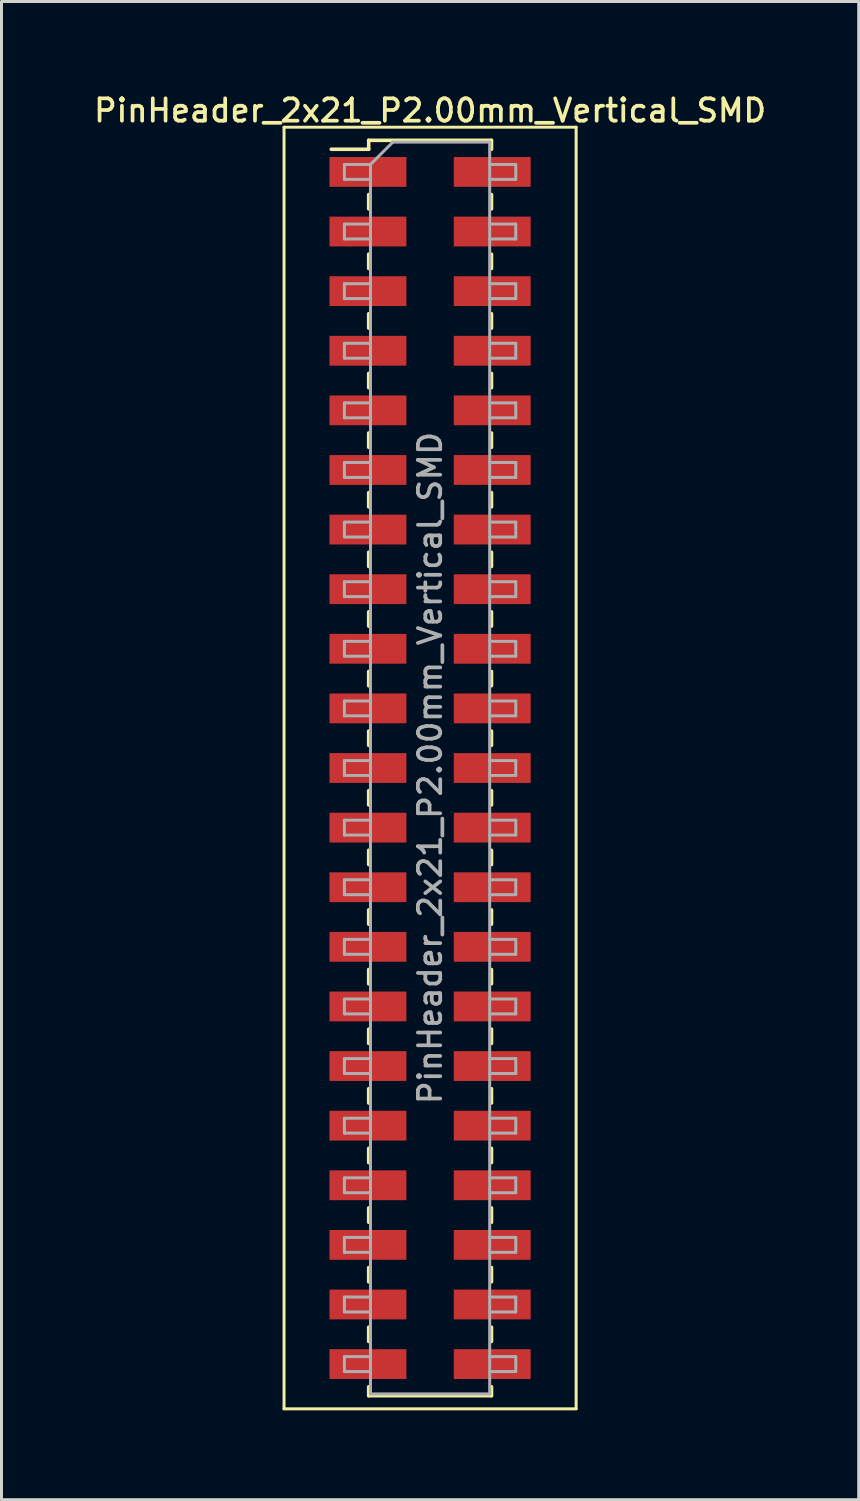
<source format=kicad_pcb>
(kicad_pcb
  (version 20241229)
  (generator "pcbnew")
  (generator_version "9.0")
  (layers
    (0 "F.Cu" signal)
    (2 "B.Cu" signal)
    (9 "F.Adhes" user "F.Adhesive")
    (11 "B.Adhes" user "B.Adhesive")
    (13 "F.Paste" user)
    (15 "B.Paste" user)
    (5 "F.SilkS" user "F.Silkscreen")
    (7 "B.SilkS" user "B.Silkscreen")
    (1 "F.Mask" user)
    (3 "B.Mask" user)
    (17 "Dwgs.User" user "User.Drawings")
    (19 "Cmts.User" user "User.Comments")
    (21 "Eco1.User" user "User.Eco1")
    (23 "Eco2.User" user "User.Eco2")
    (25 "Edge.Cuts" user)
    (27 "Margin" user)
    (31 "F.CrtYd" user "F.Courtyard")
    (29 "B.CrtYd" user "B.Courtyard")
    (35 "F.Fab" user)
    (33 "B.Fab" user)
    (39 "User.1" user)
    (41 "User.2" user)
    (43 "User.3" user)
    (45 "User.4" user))
  (footprint "PinHeader_2x21_P2.00mm_Vertical_SMD"
    (layer "F.Cu")
    (at 11.38 22.718)
    (property "Reference" "PinHeader_2x21_P2.00mm_Vertical_SMD" (at 0 -22.06 0) (layer "F.SilkS") (effects (font (size 0.75 0.75) (thickness 0.125))))
    (attr smd)
    (fp_line (start -4.9 -21.5) (end -4.9 21.5) (stroke (width 0.1) (type solid)) (layer "F.SilkS"))
    (fp_line (start -4.9 21.5) (end 4.9 21.5) (stroke (width 0.1) (type solid)) (layer "F.SilkS"))
    (fp_line (start -3.315 -20.76) (end -2.06 -20.76) (stroke (width 0.12) (type solid)) (layer "F.SilkS"))
    (fp_line (start -2.06 -21.06) (end -2.06 -20.76) (stroke (width 0.12) (type solid)) (layer "F.SilkS"))
    (fp_line (start -2.06 -21.06) (end 2.06 -21.06) (stroke (width 0.12) (type solid)) (layer "F.SilkS"))
    (fp_line (start -2.06 -19.24) (end -2.06 -18.76) (stroke (width 0.12) (type solid)) (layer "F.SilkS"))
    (fp_line (start -2.06 -17.24) (end -2.06 -16.76) (stroke (width 0.12) (type solid)) (layer "F.SilkS"))
    (fp_line (start -2.06 -15.24) (end -2.06 -14.76) (stroke (width 0.12) (type solid)) (layer "F.SilkS"))
    (fp_line (start -2.06 -13.24) (end -2.06 -12.76) (stroke (width 0.12) (type solid)) (layer "F.SilkS"))
    (fp_line (start -2.06 -11.24) (end -2.06 -10.76) (stroke (width 0.12) (type solid)) (layer "F.SilkS"))
    (fp_line (start -2.06 -9.24) (end -2.06 -8.76) (stroke (width 0.12) (type solid)) (layer "F.SilkS"))
    (fp_line (start -2.06 -7.24) (end -2.06 -6.76) (stroke (width 0.12) (type solid)) (layer "F.SilkS"))
    (fp_line (start -2.06 -5.24) (end -2.06 -4.76) (stroke (width 0.12) (type solid)) (layer "F.SilkS"))
    (fp_line (start -2.06 -3.24) (end -2.06 -2.76) (stroke (width 0.12) (type solid)) (layer "F.SilkS"))
    (fp_line (start -2.06 -1.24) (end -2.06 -0.76) (stroke (width 0.12) (type solid)) (layer "F.SilkS"))
    (fp_line (start -2.06 0.76) (end -2.06 1.24) (stroke (width 0.12) (type solid)) (layer "F.SilkS"))
    (fp_line (start -2.06 2.76) (end -2.06 3.24) (stroke (width 0.12) (type solid)) (layer "F.SilkS"))
    (fp_line (start -2.06 4.76) (end -2.06 5.24) (stroke (width 0.12) (type solid)) (layer "F.SilkS"))
    (fp_line (start -2.06 6.76) (end -2.06 7.24) (stroke (width 0.12) (type solid)) (layer "F.SilkS"))
    (fp_line (start -2.06 8.76) (end -2.06 9.24) (stroke (width 0.12) (type solid)) (layer "F.SilkS"))
    (fp_line (start -2.06 10.76) (end -2.06 11.24) (stroke (width 0.12) (type solid)) (layer "F.SilkS"))
    (fp_line (start -2.06 12.76) (end -2.06 13.24) (stroke (width 0.12) (type solid)) (layer "F.SilkS"))
    (fp_line (start -2.06 14.76) (end -2.06 15.24) (stroke (width 0.12) (type solid)) (layer "F.SilkS"))
    (fp_line (start -2.06 16.76) (end -2.06 17.24) (stroke (width 0.12) (type solid)) (layer "F.SilkS"))
    (fp_line (start -2.06 18.76) (end -2.06 19.24) (stroke (width 0.12) (type solid)) (layer "F.SilkS"))
    (fp_line (start -2.06 20.76) (end -2.06 21.06) (stroke (width 0.12) (type solid)) (layer "F.SilkS"))
    (fp_line (start -2.06 21.06) (end 2.06 21.06) (stroke (width 0.12) (type solid)) (layer "F.SilkS"))
    (fp_line (start 2.06 -21.06) (end 2.06 -20.76) (stroke (width 0.12) (type solid)) (layer "F.SilkS"))
    (fp_line (start 2.06 -19.24) (end 2.06 -18.76) (stroke (width 0.12) (type solid)) (layer "F.SilkS"))
    (fp_line (start 2.06 -17.24) (end 2.06 -16.76) (stroke (width 0.12) (type solid)) (layer "F.SilkS"))
    (fp_line (start 2.06 -15.24) (end 2.06 -14.76) (stroke (width 0.12) (type solid)) (layer "F.SilkS"))
    (fp_line (start 2.06 -13.24) (end 2.06 -12.76) (stroke (width 0.12) (type solid)) (layer "F.SilkS"))
    (fp_line (start 2.06 -11.24) (end 2.06 -10.76) (stroke (width 0.12) (type solid)) (layer "F.SilkS"))
    (fp_line (start 2.06 -9.24) (end 2.06 -8.76) (stroke (width 0.12) (type solid)) (layer "F.SilkS"))
    (fp_line (start 2.06 -7.24) (end 2.06 -6.76) (stroke (width 0.12) (type solid)) (layer "F.SilkS"))
    (fp_line (start 2.06 -5.24) (end 2.06 -4.76) (stroke (width 0.12) (type solid)) (layer "F.SilkS"))
    (fp_line (start 2.06 -3.24) (end 2.06 -2.76) (stroke (width 0.12) (type solid)) (layer "F.SilkS"))
    (fp_line (start 2.06 -1.24) (end 2.06 -0.76) (stroke (width 0.12) (type solid)) (layer "F.SilkS"))
    (fp_line (start 2.06 0.76) (end 2.06 1.24) (stroke (width 0.12) (type solid)) (layer "F.SilkS"))
    (fp_line (start 2.06 2.76) (end 2.06 3.24) (stroke (width 0.12) (type solid)) (layer "F.SilkS"))
    (fp_line (start 2.06 4.76) (end 2.06 5.24) (stroke (width 0.12) (type solid)) (layer "F.SilkS"))
    (fp_line (start 2.06 6.76) (end 2.06 7.24) (stroke (width 0.12) (type solid)) (layer "F.SilkS"))
    (fp_line (start 2.06 8.76) (end 2.06 9.24) (stroke (width 0.12) (type solid)) (layer "F.SilkS"))
    (fp_line (start 2.06 10.76) (end 2.06 11.24) (stroke (width 0.12) (type solid)) (layer "F.SilkS"))
    (fp_line (start 2.06 12.76) (end 2.06 13.24) (stroke (width 0.12) (type solid)) (layer "F.SilkS"))
    (fp_line (start 2.06 14.76) (end 2.06 15.24) (stroke (width 0.12) (type solid)) (layer "F.SilkS"))
    (fp_line (start 2.06 16.76) (end 2.06 17.24) (stroke (width 0.12) (type solid)) (layer "F.SilkS"))
    (fp_line (start 2.06 18.76) (end 2.06 19.24) (stroke (width 0.12) (type solid)) (layer "F.SilkS"))
    (fp_line (start 2.06 20.76) (end 2.06 21.06) (stroke (width 0.12) (type solid)) (layer "F.SilkS"))
    (fp_line (start 4.9 -21.5) (end -4.9 -21.5) (stroke (width 0.1) (type solid)) (layer "F.SilkS"))
    (fp_line (start 4.9 21.5) (end 4.9 -21.5) (stroke (width 0.1) (type solid)) (layer "F.SilkS"))
    (fp_line (start -2.875 -20.25) (end -2.875 -19.75) (stroke (width 0.1) (type solid)) (layer "F.Fab"))
    (fp_line (start -2.875 -19.75) (end -2 -19.75) (stroke (width 0.1) (type solid)) (layer "F.Fab"))
    (fp_line (start -2.875 -18.25) (end -2.875 -17.75) (stroke (width 0.1) (type solid)) (layer "F.Fab"))
    (fp_line (start -2.875 -17.75) (end -2 -17.75) (stroke (width 0.1) (type solid)) (layer "F.Fab"))
    (fp_line (start -2.875 -16.25) (end -2.875 -15.75) (stroke (width 0.1) (type solid)) (layer "F.Fab"))
    (fp_line (start -2.875 -15.75) (end -2 -15.75) (stroke (width 0.1) (type solid)) (layer "F.Fab"))
    (fp_line (start -2.875 -14.25) (end -2.875 -13.75) (stroke (width 0.1) (type solid)) (layer "F.Fab"))
    (fp_line (start -2.875 -13.75) (end -2 -13.75) (stroke (width 0.1) (type solid)) (layer "F.Fab"))
    (fp_line (start -2.875 -12.25) (end -2.875 -11.75) (stroke (width 0.1) (type solid)) (layer "F.Fab"))
    (fp_line (start -2.875 -11.75) (end -2 -11.75) (stroke (width 0.1) (type solid)) (layer "F.Fab"))
    (fp_line (start -2.875 -10.25) (end -2.875 -9.75) (stroke (width 0.1) (type solid)) (layer "F.Fab"))
    (fp_line (start -2.875 -9.75) (end -2 -9.75) (stroke (width 0.1) (type solid)) (layer "F.Fab"))
    (fp_line (start -2.875 -8.25) (end -2.875 -7.75) (stroke (width 0.1) (type solid)) (layer "F.Fab"))
    (fp_line (start -2.875 -7.75) (end -2 -7.75) (stroke (width 0.1) (type solid)) (layer "F.Fab"))
    (fp_line (start -2.875 -6.25) (end -2.875 -5.75) (stroke (width 0.1) (type solid)) (layer "F.Fab"))
    (fp_line (start -2.875 -5.75) (end -2 -5.75) (stroke (width 0.1) (type solid)) (layer "F.Fab"))
    (fp_line (start -2.875 -4.25) (end -2.875 -3.75) (stroke (width 0.1) (type solid)) (layer "F.Fab"))
    (fp_line (start -2.875 -3.75) (end -2 -3.75) (stroke (width 0.1) (type solid)) (layer "F.Fab"))
    (fp_line (start -2.875 -2.25) (end -2.875 -1.75) (stroke (width 0.1) (type solid)) (layer "F.Fab"))
    (fp_line (start -2.875 -1.75) (end -2 -1.75) (stroke (width 0.1) (type solid)) (layer "F.Fab"))
    (fp_line (start -2.875 -0.25) (end -2.875 0.25) (stroke (width 0.1) (type solid)) (layer "F.Fab"))
    (fp_line (start -2.875 0.25) (end -2 0.25) (stroke (width 0.1) (type solid)) (layer "F.Fab"))
    (fp_line (start -2.875 1.75) (end -2.875 2.25) (stroke (width 0.1) (type solid)) (layer "F.Fab"))
    (fp_line (start -2.875 2.25) (end -2 2.25) (stroke (width 0.1) (type solid)) (layer "F.Fab"))
    (fp_line (start -2.875 3.75) (end -2.875 4.25) (stroke (width 0.1) (type solid)) (layer "F.Fab"))
    (fp_line (start -2.875 4.25) (end -2 4.25) (stroke (width 0.1) (type solid)) (layer "F.Fab"))
    (fp_line (start -2.875 5.75) (end -2.875 6.25) (stroke (width 0.1) (type solid)) (layer "F.Fab"))
    (fp_line (start -2.875 6.25) (end -2 6.25) (stroke (width 0.1) (type solid)) (layer "F.Fab"))
    (fp_line (start -2.875 7.75) (end -2.875 8.25) (stroke (width 0.1) (type solid)) (layer "F.Fab"))
    (fp_line (start -2.875 8.25) (end -2 8.25) (stroke (width 0.1) (type solid)) (layer "F.Fab"))
    (fp_line (start -2.875 9.75) (end -2.875 10.25) (stroke (width 0.1) (type solid)) (layer "F.Fab"))
    (fp_line (start -2.875 10.25) (end -2 10.25) (stroke (width 0.1) (type solid)) (layer "F.Fab"))
    (fp_line (start -2.875 11.75) (end -2.875 12.25) (stroke (width 0.1) (type solid)) (layer "F.Fab"))
    (fp_line (start -2.875 12.25) (end -2 12.25) (stroke (width 0.1) (type solid)) (layer "F.Fab"))
    (fp_line (start -2.875 13.75) (end -2.875 14.25) (stroke (width 0.1) (type solid)) (layer "F.Fab"))
    (fp_line (start -2.875 14.25) (end -2 14.25) (stroke (width 0.1) (type solid)) (layer "F.Fab"))
    (fp_line (start -2.875 15.75) (end -2.875 16.25) (stroke (width 0.1) (type solid)) (layer "F.Fab"))
    (fp_line (start -2.875 16.25) (end -2 16.25) (stroke (width 0.1) (type solid)) (layer "F.Fab"))
    (fp_line (start -2.875 17.75) (end -2.875 18.25) (stroke (width 0.1) (type solid)) (layer "F.Fab"))
    (fp_line (start -2.875 18.25) (end -2 18.25) (stroke (width 0.1) (type solid)) (layer "F.Fab"))
    (fp_line (start -2.875 19.75) (end -2.875 20.25) (stroke (width 0.1) (type solid)) (layer "F.Fab"))
    (fp_line (start -2.875 20.25) (end -2 20.25) (stroke (width 0.1) (type solid)) (layer "F.Fab"))
    (fp_line (start -2 -20.25) (end -2.875 -20.25) (stroke (width 0.1) (type solid)) (layer "F.Fab"))
    (fp_line (start -2 -20.25) (end -1.25 -21) (stroke (width 0.1) (type solid)) (layer "F.Fab"))
    (fp_line (start -2 -18.25) (end -2.875 -18.25) (stroke (width 0.1) (type solid)) (layer "F.Fab"))
    (fp_line (start -2 -16.25) (end -2.875 -16.25) (stroke (width 0.1) (type solid)) (layer "F.Fab"))
    (fp_line (start -2 -14.25) (end -2.875 -14.25) (stroke (width 0.1) (type solid)) (layer "F.Fab"))
    (fp_line (start -2 -12.25) (end -2.875 -12.25) (stroke (width 0.1) (type solid)) (layer "F.Fab"))
    (fp_line (start -2 -10.25) (end -2.875 -10.25) (stroke (width 0.1) (type solid)) (layer "F.Fab"))
    (fp_line (start -2 -8.25) (end -2.875 -8.25) (stroke (width 0.1) (type solid)) (layer "F.Fab"))
    (fp_line (start -2 -6.25) (end -2.875 -6.25) (stroke (width 0.1) (type solid)) (layer "F.Fab"))
    (fp_line (start -2 -4.25) (end -2.875 -4.25) (stroke (width 0.1) (type solid)) (layer "F.Fab"))
    (fp_line (start -2 -2.25) (end -2.875 -2.25) (stroke (width 0.1) (type solid)) (layer "F.Fab"))
    (fp_line (start -2 -0.25) (end -2.875 -0.25) (stroke (width 0.1) (type solid)) (layer "F.Fab"))
    (fp_line (start -2 1.75) (end -2.875 1.75) (stroke (width 0.1) (type solid)) (layer "F.Fab"))
    (fp_line (start -2 3.75) (end -2.875 3.75) (stroke (width 0.1) (type solid)) (layer "F.Fab"))
    (fp_line (start -2 5.75) (end -2.875 5.75) (stroke (width 0.1) (type solid)) (layer "F.Fab"))
    (fp_line (start -2 7.75) (end -2.875 7.75) (stroke (width 0.1) (type solid)) (layer "F.Fab"))
    (fp_line (start -2 9.75) (end -2.875 9.75) (stroke (width 0.1) (type solid)) (layer "F.Fab"))
    (fp_line (start -2 11.75) (end -2.875 11.75) (stroke (width 0.1) (type solid)) (layer "F.Fab"))
    (fp_line (start -2 13.75) (end -2.875 13.75) (stroke (width 0.1) (type solid)) (layer "F.Fab"))
    (fp_line (start -2 15.75) (end -2.875 15.75) (stroke (width 0.1) (type solid)) (layer "F.Fab"))
    (fp_line (start -2 17.75) (end -2.875 17.75) (stroke (width 0.1) (type solid)) (layer "F.Fab"))
    (fp_line (start -2 19.75) (end -2.875 19.75) (stroke (width 0.1) (type solid)) (layer "F.Fab"))
    (fp_line (start -2 21) (end -2 -20.25) (stroke (width 0.1) (type solid)) (layer "F.Fab"))
    (fp_line (start -1.25 -21) (end 2 -21) (stroke (width 0.1) (type solid)) (layer "F.Fab"))
    (fp_line (start 2 -21) (end 2 21) (stroke (width 0.1) (type solid)) (layer "F.Fab"))
    (fp_line (start 2 -20.25) (end 2.875 -20.25) (stroke (width 0.1) (type solid)) (layer "F.Fab"))
    (fp_line (start 2 -18.25) (end 2.875 -18.25) (stroke (width 0.1) (type solid)) (layer "F.Fab"))
    (fp_line (start 2 -16.25) (end 2.875 -16.25) (stroke (width 0.1) (type solid)) (layer "F.Fab"))
    (fp_line (start 2 -14.25) (end 2.875 -14.25) (stroke (width 0.1) (type solid)) (layer "F.Fab"))
    (fp_line (start 2 -12.25) (end 2.875 -12.25) (stroke (width 0.1) (type solid)) (layer "F.Fab"))
    (fp_line (start 2 -10.25) (end 2.875 -10.25) (stroke (width 0.1) (type solid)) (layer "F.Fab"))
    (fp_line (start 2 -8.25) (end 2.875 -8.25) (stroke (width 0.1) (type solid)) (layer "F.Fab"))
    (fp_line (start 2 -6.25) (end 2.875 -6.25) (stroke (width 0.1) (type solid)) (layer "F.Fab"))
    (fp_line (start 2 -4.25) (end 2.875 -4.25) (stroke (width 0.1) (type solid)) (layer "F.Fab"))
    (fp_line (start 2 -2.25) (end 2.875 -2.25) (stroke (width 0.1) (type solid)) (layer "F.Fab"))
    (fp_line (start 2 -0.25) (end 2.875 -0.25) (stroke (width 0.1) (type solid)) (layer "F.Fab"))
    (fp_line (start 2 1.75) (end 2.875 1.75) (stroke (width 0.1) (type solid)) (layer "F.Fab"))
    (fp_line (start 2 3.75) (end 2.875 3.75) (stroke (width 0.1) (type solid)) (layer "F.Fab"))
    (fp_line (start 2 5.75) (end 2.875 5.75) (stroke (width 0.1) (type solid)) (layer "F.Fab"))
    (fp_line (start 2 7.75) (end 2.875 7.75) (stroke (width 0.1) (type solid)) (layer "F.Fab"))
    (fp_line (start 2 9.75) (end 2.875 9.75) (stroke (width 0.1) (type solid)) (layer "F.Fab"))
    (fp_line (start 2 11.75) (end 2.875 11.75) (stroke (width 0.1) (type solid)) (layer "F.Fab"))
    (fp_line (start 2 13.75) (end 2.875 13.75) (stroke (width 0.1) (type solid)) (layer "F.Fab"))
    (fp_line (start 2 15.75) (end 2.875 15.75) (stroke (width 0.1) (type solid)) (layer "F.Fab"))
    (fp_line (start 2 17.75) (end 2.875 17.75) (stroke (width 0.1) (type solid)) (layer "F.Fab"))
    (fp_line (start 2 19.75) (end 2.875 19.75) (stroke (width 0.1) (type solid)) (layer "F.Fab"))
    (fp_line (start 2 21) (end -2 21) (stroke (width 0.1) (type solid)) (layer "F.Fab"))
    (fp_line (start 2.875 -20.25) (end 2.875 -19.75) (stroke (width 0.1) (type solid)) (layer "F.Fab"))
    (fp_line (start 2.875 -19.75) (end 2 -19.75) (stroke (width 0.1) (type solid)) (layer "F.Fab"))
    (fp_line (start 2.875 -18.25) (end 2.875 -17.75) (stroke (width 0.1) (type solid)) (layer "F.Fab"))
    (fp_line (start 2.875 -17.75) (end 2 -17.75) (stroke (width 0.1) (type solid)) (layer "F.Fab"))
    (fp_line (start 2.875 -16.25) (end 2.875 -15.75) (stroke (width 0.1) (type solid)) (layer "F.Fab"))
    (fp_line (start 2.875 -15.75) (end 2 -15.75) (stroke (width 0.1) (type solid)) (layer "F.Fab"))
    (fp_line (start 2.875 -14.25) (end 2.875 -13.75) (stroke (width 0.1) (type solid)) (layer "F.Fab"))
    (fp_line (start 2.875 -13.75) (end 2 -13.75) (stroke (width 0.1) (type solid)) (layer "F.Fab"))
    (fp_line (start 2.875 -12.25) (end 2.875 -11.75) (stroke (width 0.1) (type solid)) (layer "F.Fab"))
    (fp_line (start 2.875 -11.75) (end 2 -11.75) (stroke (width 0.1) (type solid)) (layer "F.Fab"))
    (fp_line (start 2.875 -10.25) (end 2.875 -9.75) (stroke (width 0.1) (type solid)) (layer "F.Fab"))
    (fp_line (start 2.875 -9.75) (end 2 -9.75) (stroke (width 0.1) (type solid)) (layer "F.Fab"))
    (fp_line (start 2.875 -8.25) (end 2.875 -7.75) (stroke (width 0.1) (type solid)) (layer "F.Fab"))
    (fp_line (start 2.875 -7.75) (end 2 -7.75) (stroke (width 0.1) (type solid)) (layer "F.Fab"))
    (fp_line (start 2.875 -6.25) (end 2.875 -5.75) (stroke (width 0.1) (type solid)) (layer "F.Fab"))
    (fp_line (start 2.875 -5.75) (end 2 -5.75) (stroke (width 0.1) (type solid)) (layer "F.Fab"))
    (fp_line (start 2.875 -4.25) (end 2.875 -3.75) (stroke (width 0.1) (type solid)) (layer "F.Fab"))
    (fp_line (start 2.875 -3.75) (end 2 -3.75) (stroke (width 0.1) (type solid)) (layer "F.Fab"))
    (fp_line (start 2.875 -2.25) (end 2.875 -1.75) (stroke (width 0.1) (type solid)) (layer "F.Fab"))
    (fp_line (start 2.875 -1.75) (end 2 -1.75) (stroke (width 0.1) (type solid)) (layer "F.Fab"))
    (fp_line (start 2.875 -0.25) (end 2.875 0.25) (stroke (width 0.1) (type solid)) (layer "F.Fab"))
    (fp_line (start 2.875 0.25) (end 2 0.25) (stroke (width 0.1) (type solid)) (layer "F.Fab"))
    (fp_line (start 2.875 1.75) (end 2.875 2.25) (stroke (width 0.1) (type solid)) (layer "F.Fab"))
    (fp_line (start 2.875 2.25) (end 2 2.25) (stroke (width 0.1) (type solid)) (layer "F.Fab"))
    (fp_line (start 2.875 3.75) (end 2.875 4.25) (stroke (width 0.1) (type solid)) (layer "F.Fab"))
    (fp_line (start 2.875 4.25) (end 2 4.25) (stroke (width 0.1) (type solid)) (layer "F.Fab"))
    (fp_line (start 2.875 5.75) (end 2.875 6.25) (stroke (width 0.1) (type solid)) (layer "F.Fab"))
    (fp_line (start 2.875 6.25) (end 2 6.25) (stroke (width 0.1) (type solid)) (layer "F.Fab"))
    (fp_line (start 2.875 7.75) (end 2.875 8.25) (stroke (width 0.1) (type solid)) (layer "F.Fab"))
    (fp_line (start 2.875 8.25) (end 2 8.25) (stroke (width 0.1) (type solid)) (layer "F.Fab"))
    (fp_line (start 2.875 9.75) (end 2.875 10.25) (stroke (width 0.1) (type solid)) (layer "F.Fab"))
    (fp_line (start 2.875 10.25) (end 2 10.25) (stroke (width 0.1) (type solid)) (layer "F.Fab"))
    (fp_line (start 2.875 11.75) (end 2.875 12.25) (stroke (width 0.1) (type solid)) (layer "F.Fab"))
    (fp_line (start 2.875 12.25) (end 2 12.25) (stroke (width 0.1) (type solid)) (layer "F.Fab"))
    (fp_line (start 2.875 13.75) (end 2.875 14.25) (stroke (width 0.1) (type solid)) (layer "F.Fab"))
    (fp_line (start 2.875 14.25) (end 2 14.25) (stroke (width 0.1) (type solid)) (layer "F.Fab"))
    (fp_line (start 2.875 15.75) (end 2.875 16.25) (stroke (width 0.1) (type solid)) (layer "F.Fab"))
    (fp_line (start 2.875 16.25) (end 2 16.25) (stroke (width 0.1) (type solid)) (layer "F.Fab"))
    (fp_line (start 2.875 17.75) (end 2.875 18.25) (stroke (width 0.1) (type solid)) (layer "F.Fab"))
    (fp_line (start 2.875 18.25) (end 2 18.25) (stroke (width 0.1) (type solid)) (layer "F.Fab"))
    (fp_line (start 2.875 19.75) (end 2.875 20.25) (stroke (width 0.1) (type solid)) (layer "F.Fab"))
    (fp_line (start 2.875 20.25) (end 2 20.25) (stroke (width 0.1) (type solid)) (layer "F.Fab"))
    (fp_text user "${REFERENCE}" (at 0 0 90) (layer "F.Fab") (effects (font (size 0.75 0.75) (thickness 0.125))))
    (pad "1" smd rect (at -2.085 -20) (size 2.58 1) (layers "F.Cu" "F.Mask" "F.Paste"))
    (pad "2" smd rect (at 2.085 -20) (size 2.58 1) (layers "F.Cu" "F.Mask" "F.Paste"))
    (pad "3" smd rect (at -2.085 -18) (size 2.58 1) (layers "F.Cu" "F.Mask" "F.Paste"))
    (pad "4" smd rect (at 2.085 -18) (size 2.58 1) (layers "F.Cu" "F.Mask" "F.Paste"))
    (pad "5" smd rect (at -2.085 -16) (size 2.58 1) (layers "F.Cu" "F.Mask" "F.Paste"))
    (pad "6" smd rect (at 2.085 -16) (size 2.58 1) (layers "F.Cu" "F.Mask" "F.Paste"))
    (pad "7" smd rect (at -2.085 -14) (size 2.58 1) (layers "F.Cu" "F.Mask" "F.Paste"))
    (pad "8" smd rect (at 2.085 -14) (size 2.58 1) (layers "F.Cu" "F.Mask" "F.Paste"))
    (pad "9" smd rect (at -2.085 -12) (size 2.58 1) (layers "F.Cu" "F.Mask" "F.Paste"))
    (pad "10" smd rect (at 2.085 -12) (size 2.58 1) (layers "F.Cu" "F.Mask" "F.Paste"))
    (pad "11" smd rect (at -2.085 -10) (size 2.58 1) (layers "F.Cu" "F.Mask" "F.Paste"))
    (pad "12" smd rect (at 2.085 -10) (size 2.58 1) (layers "F.Cu" "F.Mask" "F.Paste"))
    (pad "13" smd rect (at -2.085 -8) (size 2.58 1) (layers "F.Cu" "F.Mask" "F.Paste"))
    (pad "14" smd rect (at 2.085 -8) (size 2.58 1) (layers "F.Cu" "F.Mask" "F.Paste"))
    (pad "15" smd rect (at -2.085 -6) (size 2.58 1) (layers "F.Cu" "F.Mask" "F.Paste"))
    (pad "16" smd rect (at 2.085 -6) (size 2.58 1) (layers "F.Cu" "F.Mask" "F.Paste"))
    (pad "17" smd rect (at -2.085 -4) (size 2.58 1) (layers "F.Cu" "F.Mask" "F.Paste"))
    (pad "18" smd rect (at 2.085 -4) (size 2.58 1) (layers "F.Cu" "F.Mask" "F.Paste"))
    (pad "19" smd rect (at -2.085 -2) (size 2.58 1) (layers "F.Cu" "F.Mask" "F.Paste"))
    (pad "20" smd rect (at 2.085 -2) (size 2.58 1) (layers "F.Cu" "F.Mask" "F.Paste"))
    (pad "21" smd rect (at -2.085 0) (size 2.58 1) (layers "F.Cu" "F.Mask" "F.Paste"))
    (pad "22" smd rect (at 2.085 0) (size 2.58 1) (layers "F.Cu" "F.Mask" "F.Paste"))
    (pad "23" smd rect (at -2.085 2) (size 2.58 1) (layers "F.Cu" "F.Mask" "F.Paste"))
    (pad "24" smd rect (at 2.085 2) (size 2.58 1) (layers "F.Cu" "F.Mask" "F.Paste"))
    (pad "25" smd rect (at -2.085 4) (size 2.58 1) (layers "F.Cu" "F.Mask" "F.Paste"))
    (pad "26" smd rect (at 2.085 4) (size 2.58 1) (layers "F.Cu" "F.Mask" "F.Paste"))
    (pad "27" smd rect (at -2.085 6) (size 2.58 1) (layers "F.Cu" "F.Mask" "F.Paste"))
    (pad "28" smd rect (at 2.085 6) (size 2.58 1) (layers "F.Cu" "F.Mask" "F.Paste"))
    (pad "29" smd rect (at -2.085 8) (size 2.58 1) (layers "F.Cu" "F.Mask" "F.Paste"))
    (pad "30" smd rect (at 2.085 8) (size 2.58 1) (layers "F.Cu" "F.Mask" "F.Paste"))
    (pad "31" smd rect (at -2.085 10) (size 2.58 1) (layers "F.Cu" "F.Mask" "F.Paste"))
    (pad "32" smd rect (at 2.085 10) (size 2.58 1) (layers "F.Cu" "F.Mask" "F.Paste"))
    (pad "33" smd rect (at -2.085 12) (size 2.58 1) (layers "F.Cu" "F.Mask" "F.Paste"))
    (pad "34" smd rect (at 2.085 12) (size 2.58 1) (layers "F.Cu" "F.Mask" "F.Paste"))
    (pad "35" smd rect (at -2.085 14) (size 2.58 1) (layers "F.Cu" "F.Mask" "F.Paste"))
    (pad "36" smd rect (at 2.085 14) (size 2.58 1) (layers "F.Cu" "F.Mask" "F.Paste"))
    (pad "37" smd rect (at -2.085 16) (size 2.58 1) (layers "F.Cu" "F.Mask" "F.Paste"))
    (pad "38" smd rect (at 2.085 16) (size 2.58 1) (layers "F.Cu" "F.Mask" "F.Paste"))
    (pad "39" smd rect (at -2.085 18) (size 2.58 1) (layers "F.Cu" "F.Mask" "F.Paste"))
    (pad "40" smd rect (at 2.085 18) (size 2.58 1) (layers "F.Cu" "F.Mask" "F.Paste"))
    (pad "41" smd rect (at -2.085 20) (size 2.58 1) (layers "F.Cu" "F.Mask" "F.Paste"))
    (pad "42" smd rect (at 2.085 20) (size 2.58 1) (layers "F.Cu" "F.Mask" "F.Paste")))
  (gr_rect
    (start -3 -3)
    (end 25.761 47.268)
    (stroke (width 0.1) (type default))
    (fill no)
    (layer "Edge.Cuts")))
</source>
